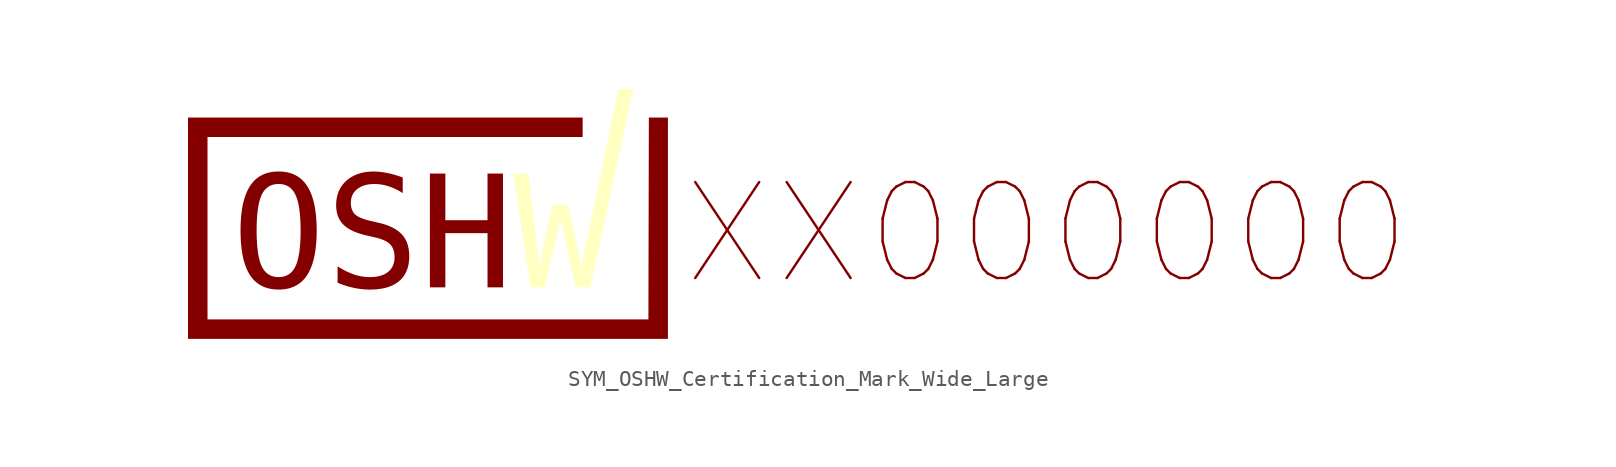
<source format=kicad_sym>
(kicad_symbol_lib
  (version 20220914)
  (generator kicad_symbol_editor)
  (symbol "SYM_OSHW_Certification_Mark_Wide_Large"
    (property "Reference" "LOGO"
      (at 0 0 0)
      (effects (font (size 1.27 1.27)) hide))
    (symbol "SYM_OSHW_Certification_Mark_Wide_Large_0_1"
      (polyline (pts (xy -6.956 -1.072) (xy -6.956 -1.072) (xy -6.956 -1.072)) (stroke (width -0.0001) (type default)) (fill (type background)))
      (polyline (pts (xy -1.579 2.248) (xy -1.579 2.248) (xy -1.579 2.248)) (stroke (width -0.0001) (type default)) (fill (type background)))
      (polyline (pts (xy 10.152 -4.622) (xy 9.242 -4.622) (xy 8.274 -0.396) (xy 7.312 -4.622) (xy 6.402 -4.622) (xy 5.339 2.492) (xy 6.278 2.492) (xy 6.959 -3.283) (xy 7.769 0.538) (xy 8.775 0.538) (xy 9.594 -3.293) (xy 11.902 7.778) (xy 12.841 7.778)) (stroke (width -0.0001) (type default)) (fill (type background))))
    (symbol "SYM_OSHW_Certification_Mark_Wide_Large_1_1"
      (polyline (pts (xy 15 -7.843) (xy -15 -7.843) (xy -15 5.995) (xy -15 5.995) (xy 9.669 5.995) (xy 9.669 4.775) (xy -13.78 4.775) (xy -13.78 -6.623) (xy 13.78 -6.623) (xy 13.807 5.995) (xy 15 5.995)) (stroke (width -0.0001) (type default)) (fill (type outline)))
      (polyline (pts (xy 1.087 -0.424) (xy 3.723 -0.424) (xy 3.723 2.492) (xy 4.69 2.492) (xy 4.69 -4.622) (xy 3.723 -4.622) (xy 3.723 -1.234) (xy 1.087 -1.234) (xy 1.087 -4.622) (xy 0.12 -4.622) (xy 0.12 2.492) (xy 1.087 2.492)) (stroke (width -0.0001) (type default)) (fill (type outline)))
      (polyline (pts (xy -9.19 2.617) (xy -9.047 2.607) (xy -8.908 2.589) (xy -8.774 2.564) (xy -8.645 2.531) (xy -8.521 2.492) (xy -8.402 2.446) (xy -8.288 2.392) (xy -8.178 2.331) (xy -8.073 2.263) (xy -7.973 2.188) (xy -7.878 2.106) (xy -7.788 2.017) (xy -7.703 1.92) (xy -7.622 1.817) (xy -7.547 1.706) (xy -7.475 1.588) (xy -7.408 1.462) (xy -7.346 1.329) (xy -7.288 1.189) (xy -7.235 1.042) (xy -7.187 0.886) (xy -7.143 0.724) (xy -7.104 0.554) (xy -7.069 0.377) (xy -7.039 0.192) (xy -7.014 -0.0003) (xy -6.993 -0.2) (xy -6.977 -0.407) (xy -6.965 -0.621) (xy -6.958 -0.843) (xy -6.956 -1.072) (xy -6.958 -1.301) (xy -6.965 -1.522) (xy -6.977 -1.736) (xy -6.993 -1.942) (xy -7.014 -2.141) (xy -7.039 -2.333) (xy -7.069 -2.518) (xy -7.104 -2.695) (xy -7.143 -2.864) (xy -7.187 -3.026) (xy -7.235 -3.181) (xy -7.288 -3.329) (xy -7.346 -3.469) (xy -7.408 -3.602) (xy -7.475 -3.727) (xy -7.547 -3.845) (xy -7.584 -3.902) (xy -7.622 -3.956) (xy -7.662 -4.009) (xy -7.703 -4.06) (xy -7.745 -4.109) (xy -7.788 -4.156) (xy -7.833 -4.202) (xy -7.878 -4.246) (xy -7.925 -4.288) (xy -7.973 -4.328) (xy -8.023 -4.366) (xy -8.073 -4.403) (xy -8.125 -4.438) (xy -8.178 -4.471) (xy -8.232 -4.502) (xy -8.288 -4.532) (xy -8.344 -4.559) (xy -8.402 -4.585) (xy -8.461 -4.609) (xy -8.521 -4.632) (xy -8.583 -4.652) (xy -8.645 -4.671) (xy -8.709 -4.688) (xy -8.774 -4.703) (xy -8.841 -4.716) (xy -8.908 -4.728) (xy -9.047 -4.746) (xy -9.19 -4.757) (xy -9.338 -4.76) (xy -9.487 -4.757) (xy -9.63 -4.746) (xy -9.769 -4.728) (xy -9.902 -4.703) (xy -10.031 -4.671) (xy -10.155 -4.632) (xy -10.275 -4.586) (xy -10.389 -4.533) (xy -10.499 -4.472) (xy -10.603 -4.405) (xy -10.703 -4.33) (xy -10.798 -4.248) (xy -10.889 -4.159) (xy -10.974 -4.063) (xy -11.054 -3.96) (xy -11.13 -3.85) (xy -11.201 -3.733) (xy -11.267 -3.608) (xy -11.329 -3.475) (xy -11.386 -3.335) (xy -11.439 -3.188) (xy -11.487 -3.033) (xy -11.531 -2.87) (xy -11.57 -2.7) (xy -11.604 -2.523) (xy -11.634 -2.338) (xy -11.659 -2.146) (xy -11.68 -1.946) (xy -11.695 -1.739) (xy -11.707 -1.524) (xy -11.714 -1.302) (xy -11.716 -1.072) (xy -10.711 -1.072) (xy -10.706 -1.449) (xy -10.691 -1.798) (xy -10.666 -2.119) (xy -10.631 -2.412) (xy -10.61 -2.549) (xy -10.586 -2.678) (xy -10.56 -2.8) (xy -10.531 -2.915) (xy -10.5 -3.024) (xy -10.466 -3.125) (xy -10.43 -3.219) (xy -10.392 -3.307) (xy -10.349 -3.388) (xy -10.327 -3.427) (xy -10.304 -3.464) (xy -10.28 -3.5) (xy -10.256 -3.535) (xy -10.23 -3.569) (xy -10.204 -3.601) (xy -10.177 -3.632) (xy -10.149 -3.661) (xy -10.121 -3.689) (xy -10.091 -3.716) (xy -10.061 -3.742) (xy -10.03 -3.766) (xy -9.999 -3.789) (xy -9.966 -3.811) (xy -9.933 -3.831) (xy -9.899 -3.85) (xy -9.864 -3.868) (xy -9.828 -3.884) (xy -9.792 -3.899) (xy -9.755 -3.913) (xy -9.716 -3.926) (xy -9.678 -3.937) (xy -9.638 -3.947) (xy -9.598 -3.955) (xy -9.556 -3.962) (xy -9.514 -3.968) (xy -9.472 -3.973) (xy -9.428 -3.976) (xy -9.338 -3.979) (xy -9.248 -3.976) (xy -9.161 -3.968) (xy -9.078 -3.955) (xy -8.997 -3.937) (xy -8.92 -3.914) (xy -8.846 -3.885) (xy -8.776 -3.851) (xy -8.708 -3.812) (xy -8.644 -3.768) (xy -8.583 -3.718) (xy -8.525 -3.663) (xy -8.471 -3.603) (xy -8.42 -3.538) (xy -8.372 -3.468) (xy -8.327 -3.392) (xy -8.285 -3.312) (xy -8.246 -3.224) (xy -8.209 -3.13) (xy -8.175 -3.028) (xy -8.144 -2.92) (xy -8.114 -2.804) (xy -8.088 -2.682) (xy -8.064 -2.552) (xy -8.042 -2.416) (xy -8.023 -2.272) (xy -8.007 -2.122) (xy -7.993 -1.964) (xy -7.982 -1.8) (xy -7.973 -1.628) (xy -7.966 -1.45) (xy -7.963 -1.264) (xy -7.961 -1.072) (xy -7.966 -0.694) (xy -7.982 -0.344) (xy -8.007 -0.022) (xy -8.042 0.272) (xy -8.064 0.408) (xy -8.088 0.538) (xy -8.114 0.66) (xy -8.144 0.776) (xy -8.175 0.884) (xy -8.209 0.986) (xy -8.246 1.08) (xy -8.285 1.167) (xy -8.327 1.249) (xy -8.349 1.288) (xy -8.372 1.325) (xy -8.395 1.361) (xy -8.42 1.396) (xy -8.445 1.429) (xy -8.471 1.462) (xy -8.498 1.492) (xy -8.525 1.522) (xy -8.554 1.55) (xy -8.583 1.577) (xy -8.613 1.603) (xy -8.644 1.627) (xy -8.676 1.65) (xy -8.708 1.671) (xy -8.742 1.692) (xy -8.776 1.711) (xy -8.811 1.728) (xy -8.846 1.745) (xy -8.883 1.76) (xy -8.92 1.774) (xy -8.958 1.786) (xy -8.997 1.797) (xy -9.037 1.807) (xy -9.078 1.816) (xy -9.119 1.823) (xy -9.161 1.829) (xy -9.204 1.833) (xy -9.248 1.837) (xy -9.338 1.839) (xy -9.428 1.837) (xy -9.514 1.829) (xy -9.598 1.816) (xy -9.678 1.797) (xy -9.755 1.774) (xy -9.828 1.745) (xy -9.899 1.711) (xy -9.966 1.671) (xy -10.03 1.627) (xy -10.091 1.577) (xy -10.149 1.522) (xy -10.204 1.462) (xy -10.256 1.396) (xy -10.304 1.325) (xy -10.349 1.249) (xy -10.392 1.167) (xy -10.43 1.08) (xy -10.466 0.986) (xy -10.5 0.884) (xy -10.531 0.776) (xy -10.56 0.66) (xy -10.586 0.538) (xy -10.61 0.408) (xy -10.631 0.272) (xy -10.65 0.128) (xy -10.666 -0.022) (xy -10.68 -0.18) (xy -10.691 -0.344) (xy -10.7 -0.516) (xy -10.706 -0.694) (xy -10.71 -0.88) (xy -10.711 -1.072) (xy -11.716 -1.072) (xy -11.716 -1.072) (xy -11.714 -0.843) (xy -11.707 -0.621) (xy -11.695 -0.407) (xy -11.68 -0.2) (xy -11.659 -0.0003) (xy -11.634 0.192) (xy -11.604 0.377) (xy -11.57 0.554) (xy -11.531 0.724) (xy -11.487 0.886) (xy -11.439 1.042) (xy -11.386 1.189) (xy -11.329 1.329) (xy -11.267 1.462) (xy -11.201 1.588) (xy -11.13 1.706) (xy -11.092 1.762) (xy -11.054 1.817) (xy -11.014 1.869) (xy -10.973 1.92) (xy -10.931 1.97) (xy -10.887 2.017) (xy -10.842 2.062) (xy -10.796 2.106) (xy -10.749 2.148) (xy -10.701 2.188) (xy -10.652 2.227) (xy -10.601 2.263) (xy -10.549 2.298) (xy -10.496 2.331) (xy -10.442 2.363) (xy -10.387 2.392) (xy -10.33 2.42) (xy -10.272 2.446) (xy -10.213 2.47) (xy -10.153 2.492) (xy -10.092 2.513) (xy -10.029 2.531) (xy -9.966 2.548) (xy -9.901 2.564) (xy -9.767 2.589) (xy -9.629 2.607) (xy -9.486 2.617) (xy -9.338 2.621)) (stroke (width -0.0001) (type default)) (fill (type outline)))
      (polyline (pts (xy -3.292 2.618) (xy -3.187 2.614) (xy -3.082 2.606) (xy -2.974 2.596) (xy -2.866 2.582) (xy -2.756 2.566) (xy -2.645 2.547) (xy -2.533 2.524) (xy -2.419 2.5) (xy -2.303 2.473) (xy -2.186 2.443) (xy -2.068 2.41) (xy -1.948 2.374) (xy -1.827 2.335) (xy -1.704 2.293) (xy -1.579 2.248) (xy -1.579 1.271) (xy -1.689 1.339) (xy -1.799 1.403) (xy -1.909 1.462) (xy -2.019 1.518) (xy -2.129 1.569) (xy -2.24 1.615) (xy -2.35 1.657) (xy -2.461 1.695) (xy -2.571 1.729) (xy -2.681 1.758) (xy -2.791 1.782) (xy -2.902 1.802) (xy -3.013 1.818) (xy -3.124 1.829) (xy -3.236 1.836) (xy -3.347 1.838) (xy -3.431 1.837) (xy -3.513 1.833) (xy -3.593 1.827) (xy -3.67 1.818) (xy -3.745 1.807) (xy -3.818 1.793) (xy -3.889 1.777) (xy -3.957 1.758) (xy -4.023 1.737) (xy -4.087 1.713) (xy -4.149 1.687) (xy -4.209 1.659) (xy -4.266 1.627) (xy -4.321 1.594) (xy -4.374 1.558) (xy -4.424 1.519) (xy -4.472 1.479) (xy -4.517 1.437) (xy -4.559 1.393) (xy -4.597 1.348) (xy -4.633 1.3) (xy -4.665 1.252) (xy -4.694 1.201) (xy -4.721 1.148) (xy -4.744 1.094) (xy -4.764 1.038) (xy -4.781 0.981) (xy -4.795 0.921) (xy -4.806 0.86) (xy -4.814 0.797) (xy -4.818 0.732) (xy -4.82 0.666) (xy -4.819 0.608) (xy -4.816 0.551) (xy -4.811 0.497) (xy -4.804 0.444) (xy -4.795 0.393) (xy -4.784 0.344) (xy -4.77 0.296) (xy -4.755 0.25) (xy -4.738 0.206) (xy -4.719 0.164) (xy -4.698 0.123) (xy -4.675 0.084) (xy -4.65 0.047) (xy -4.623 0.012) (xy -4.593 -0.022) (xy -4.562 -0.054) (xy -4.528 -0.084) (xy -4.49 -0.114) (xy -4.448 -0.144) (xy -4.403 -0.172) (xy -4.355 -0.201) (xy -4.303 -0.228) (xy -4.247 -0.255) (xy -4.188 -0.281) (xy -4.126 -0.307) (xy -4.06 -0.332) (xy -3.99 -0.356) (xy -3.917 -0.38) (xy -3.841 -0.403) (xy -3.761 -0.425) (xy -3.677 -0.447) (xy -3.59 -0.468) (xy -3.085 -0.583) (xy -2.962 -0.613) (xy -2.844 -0.645) (xy -2.729 -0.679) (xy -2.619 -0.716) (xy -2.513 -0.754) (xy -2.411 -0.795) (xy -2.314 -0.838) (xy -2.22 -0.883) (xy -2.131 -0.93) (xy -2.047 -0.979) (xy -1.966 -1.03) (xy -1.89 -1.083) (xy -1.818 -1.138) (xy -1.75 -1.196) (xy -1.687 -1.255) (xy -1.627 -1.316) (xy -1.572 -1.38) (xy -1.52 -1.447) (xy -1.472 -1.517) (xy -1.427 -1.589) (xy -1.386 -1.664) (xy -1.348 -1.742) (xy -1.314 -1.823) (xy -1.284 -1.907) (xy -1.257 -1.994) (xy -1.234 -2.083) (xy -1.214 -2.175) (xy -1.198 -2.271) (xy -1.186 -2.369) (xy -1.177 -2.469) (xy -1.171 -2.573) (xy -1.17 -2.679) (xy -1.172 -2.804) (xy -1.179 -2.925) (xy -1.192 -3.043) (xy -1.209 -3.156) (xy -1.231 -3.267) (xy -1.258 -3.373) (xy -1.29 -3.475) (xy -1.327 -3.574) (xy -1.369 -3.669) (xy -1.415 -3.76) (xy -1.467 -3.847) (xy -1.524 -3.931) (xy -1.585 -4.011) (xy -1.651 -4.087) (xy -1.722 -4.159) (xy -1.799 -4.228) (xy -1.879 -4.292) (xy -1.965 -4.353) (xy -2.055 -4.409) (xy -2.149 -4.461) (xy -2.248 -4.509) (xy -2.351 -4.553) (xy -2.458 -4.593) (xy -2.571 -4.628) (xy -2.687 -4.659) (xy -2.808 -4.686) (xy -2.934 -4.709) (xy -3.064 -4.728) (xy -3.198 -4.743) (xy -3.337 -4.753) (xy -3.481 -4.759) (xy -3.628 -4.761) (xy -3.754 -4.76) (xy -3.879 -4.755) (xy -4.004 -4.746) (xy -4.13 -4.734) (xy -4.256 -4.719) (xy -4.382 -4.7) (xy -4.508 -4.678) (xy -4.634 -4.652) (xy -4.76 -4.624) (xy -4.887 -4.593) (xy -5.013 -4.558) (xy -5.14 -4.52) (xy -5.267 -4.478) (xy -5.394 -4.433) (xy -5.521 -4.385) (xy -5.649 -4.333) (xy -5.649 -3.308) (xy -5.513 -3.392) (xy -5.379 -3.47) (xy -5.247 -3.543) (xy -5.116 -3.61) (xy -4.988 -3.67) (xy -4.862 -3.725) (xy -4.737 -3.775) (xy -4.615 -3.818) (xy -4.492 -3.856) (xy -4.369 -3.889) (xy -4.246 -3.917) (xy -4.123 -3.939) (xy -3.999 -3.957) (xy -3.876 -3.97) (xy -3.752 -3.978) (xy -3.628 -3.98) (xy -3.539 -3.979) (xy -3.451 -3.975) (xy -3.366 -3.969) (xy -3.284 -3.96) (xy -3.204 -3.948) (xy -3.127 -3.934) (xy -3.053 -3.918) (xy -2.98 -3.899) (xy -2.911 -3.877) (xy -2.844 -3.853) (xy -2.779 -3.827) (xy -2.717 -3.798) (xy -2.658 -3.766) (xy -2.601 -3.732) (xy -2.546 -3.695) (xy -2.494 -3.656) (xy -2.445 -3.614) (xy -2.399 -3.57) (xy -2.357 -3.524) (xy -2.317 -3.475) (xy -2.281 -3.425) (xy -2.248 -3.373) (xy -2.217 -3.319) (xy -2.191 -3.263) (xy -2.167 -3.205) (xy -2.146 -3.144) (xy -2.129 -3.082) (xy -2.115 -3.018) (xy -2.104 -2.952) (xy -2.096 -2.884) (xy -2.091 -2.813) (xy -2.089 -2.741) (xy -2.091 -2.675) (xy -2.094 -2.612) (xy -2.099 -2.55) (xy -2.107 -2.49) (xy -2.117 -2.432) (xy -2.129 -2.376) (xy -2.143 -2.322) (xy -2.16 -2.271) (xy -2.178 -2.221) (xy -2.199 -2.173) (xy -2.222 -2.127) (xy -2.248 -2.083) (xy -2.275 -2.041) (xy -2.305 -2.001) (xy -2.336 -1.962) (xy -2.37 -1.926) (xy -2.407 -1.892) (xy -2.446 -1.858) (xy -2.489 -1.825) (xy -2.535 -1.794) (xy -2.584 -1.763) (xy -2.636 -1.734) (xy -2.692 -1.705) (xy -2.751 -1.677) (xy -2.813 -1.651) (xy -2.878 -1.625) (xy -2.946 -1.601) (xy -3.018 -1.577) (xy -3.093 -1.554) (xy -3.171 -1.533) (xy -3.253 -1.512) (xy -3.338 -1.493) (xy -3.852 -1.373) (xy -3.974 -1.345) (xy -4.092 -1.314) (xy -4.205 -1.282) (xy -4.314 -1.247) (xy -4.419 -1.211) (xy -4.519 -1.173) (xy -4.616 -1.134) (xy -4.708 -1.092) (xy -4.795 -1.049) (xy -4.879 -1.004) (xy -4.958 -0.958) (xy -5.034 -0.909) (xy -5.104 -0.859) (xy -5.171 -0.806) (xy -5.233 -0.753) (xy -5.291 -0.697) (xy -5.346 -0.639) (xy -5.396 -0.579) (xy -5.444 -0.516) (xy -5.487 -0.451) (xy -5.528 -0.384) (xy -5.564 -0.314) (xy -5.598 -0.241) (xy -5.627 -0.167) (xy -5.654 -0.09) (xy -5.676 -0.01) (xy -5.696 0.072) (xy -5.711 0.156) (xy -5.724 0.243) (xy -5.732 0.332) (xy -5.738 0.424) (xy -5.739 0.518) (xy -5.737 0.636) (xy -5.729 0.75) (xy -5.717 0.862) (xy -5.699 0.971) (xy -5.677 1.077) (xy -5.65 1.179) (xy -5.617 1.279) (xy -5.58 1.376) (xy -5.537 1.47) (xy -5.49 1.56) (xy -5.438 1.648) (xy -5.38 1.733) (xy -5.318 1.815) (xy -5.25 1.894) (xy -5.178 1.97) (xy -5.101 2.043) (xy -5.019 2.113) (xy -4.933 2.178) (xy -4.845 2.239) (xy -4.753 2.295) (xy -4.658 2.347) (xy -4.559 2.394) (xy -4.458 2.437) (xy -4.353 2.475) (xy -4.244 2.509) (xy -4.133 2.538) (xy -4.018 2.563) (xy -3.9 2.583) (xy -3.779 2.599) (xy -3.654 2.611) (xy -3.526 2.617) (xy -3.395 2.619)) (stroke (width -0.0001) (type default)) (fill (type outline)))
      (text "XX000000" (at 15.748 -1.27 0) (effects (font (size 6 6)) (justify left))))))
</source>
